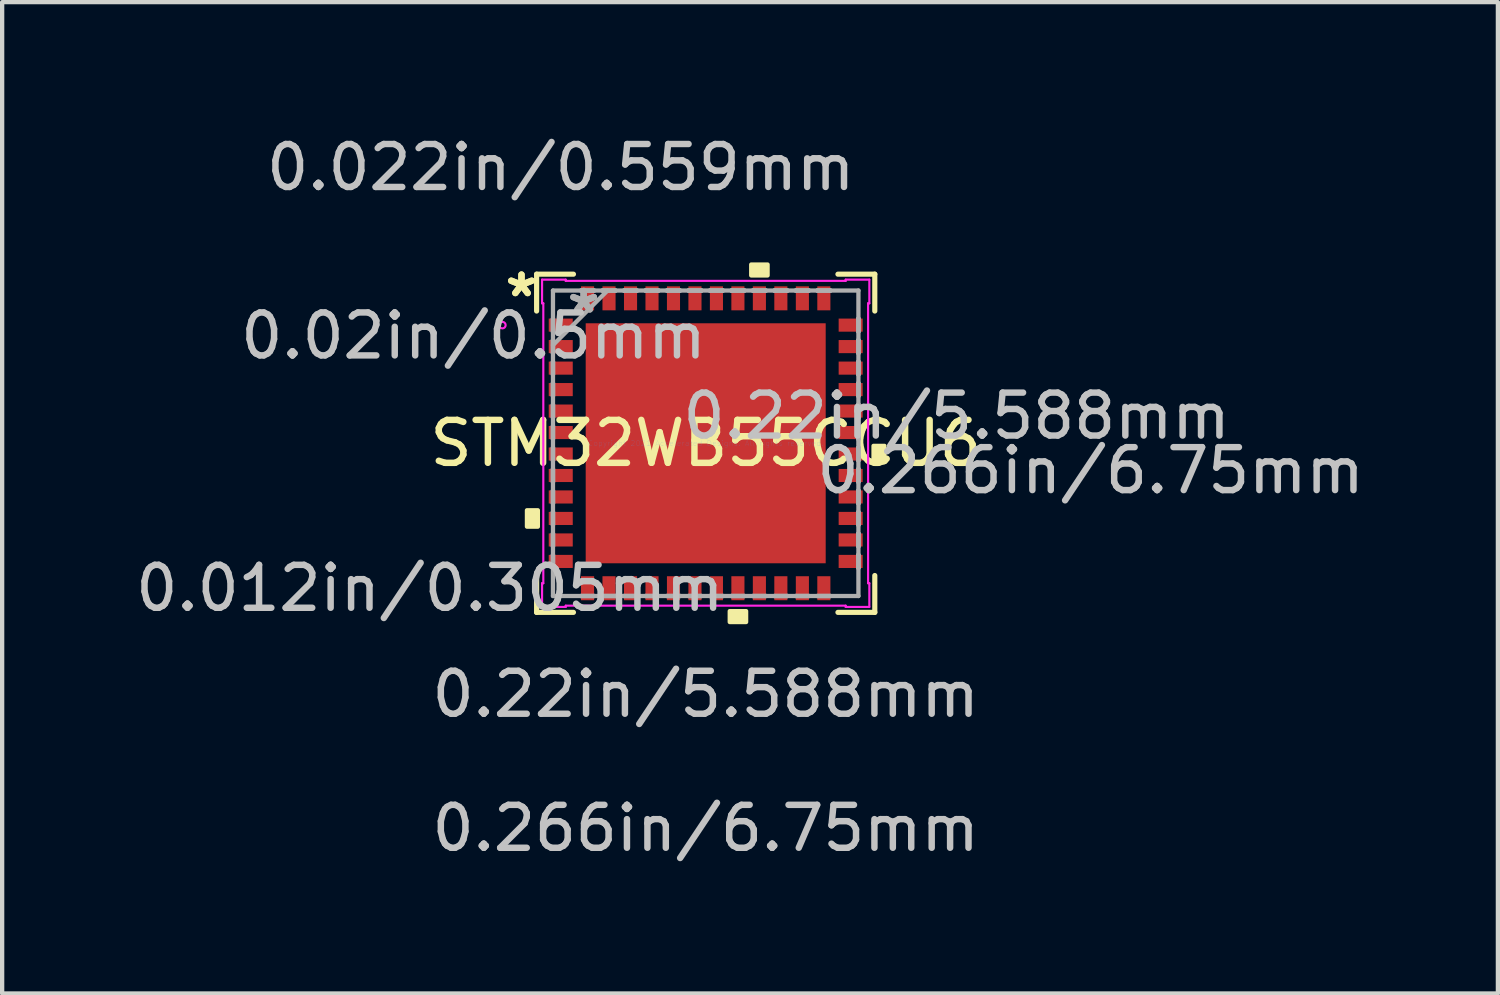
<source format=kicad_pcb>
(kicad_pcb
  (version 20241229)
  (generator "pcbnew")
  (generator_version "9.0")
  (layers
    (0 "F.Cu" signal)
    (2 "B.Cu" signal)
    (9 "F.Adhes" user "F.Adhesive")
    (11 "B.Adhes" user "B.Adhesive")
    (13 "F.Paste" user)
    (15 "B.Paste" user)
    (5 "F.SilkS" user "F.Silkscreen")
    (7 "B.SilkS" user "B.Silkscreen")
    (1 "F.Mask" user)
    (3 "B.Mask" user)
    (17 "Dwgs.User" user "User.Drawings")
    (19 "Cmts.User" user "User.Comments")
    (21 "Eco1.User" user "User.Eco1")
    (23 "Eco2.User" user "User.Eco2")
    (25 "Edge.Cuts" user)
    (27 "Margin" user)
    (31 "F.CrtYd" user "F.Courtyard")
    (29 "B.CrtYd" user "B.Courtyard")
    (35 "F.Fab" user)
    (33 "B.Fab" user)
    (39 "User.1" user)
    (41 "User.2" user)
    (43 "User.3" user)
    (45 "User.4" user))
  (footprint "STM32WB55CCU6"
    (layer "F.Cu")
    (at 13.381 7.271)
    (property "Reference" "STM32WB55CCU6" (at 0 0 0) (layer "F.SilkS") (effects (font (size 1 1) (thickness 0.15))))
    (attr through_hole)
    (fp_poly (pts (xy -3.654 -2.903) (xy -3.654 -2.598) (xy -3.096 -2.598) (xy -3.096 -2.903)) (stroke (width 0.1) (type solid)) (fill yes) (layer "F.Mask"))
    (fp_poly (pts (xy -3.654 -2.403) (xy -3.654 -2.098) (xy -3.096 -2.098) (xy -3.096 -2.403)) (stroke (width 0.1) (type solid)) (fill yes) (layer "F.Mask"))
    (fp_poly (pts (xy -3.654 -1.903) (xy -3.654 -1.598) (xy -3.096 -1.598) (xy -3.096 -1.903)) (stroke (width 0.1) (type solid)) (fill yes) (layer "F.Mask"))
    (fp_poly (pts (xy -3.654 -1.403) (xy -3.654 -1.098) (xy -3.096 -1.098) (xy -3.096 -1.403)) (stroke (width 0.1) (type solid)) (fill yes) (layer "F.Mask"))
    (fp_poly (pts (xy -3.654 -0.903) (xy -3.654 -0.598) (xy -3.096 -0.598) (xy -3.096 -0.903)) (stroke (width 0.1) (type solid)) (fill yes) (layer "F.Mask"))
    (fp_poly (pts (xy -3.654 -0.402) (xy -3.654 -0.098) (xy -3.096 -0.098) (xy -3.096 -0.402)) (stroke (width 0.1) (type solid)) (fill yes) (layer "F.Mask"))
    (fp_poly (pts (xy -3.654 0.098) (xy -3.654 0.402) (xy -3.096 0.402) (xy -3.096 0.098)) (stroke (width 0.1) (type solid)) (fill yes) (layer "F.Mask"))
    (fp_poly (pts (xy -3.654 0.598) (xy -3.654 0.903) (xy -3.096 0.903) (xy -3.096 0.598)) (stroke (width 0.1) (type solid)) (fill yes) (layer "F.Mask"))
    (fp_poly (pts (xy -3.654 1.098) (xy -3.654 1.403) (xy -3.096 1.403) (xy -3.096 1.098)) (stroke (width 0.1) (type solid)) (fill yes) (layer "F.Mask"))
    (fp_poly (pts (xy -3.654 1.598) (xy -3.654 1.903) (xy -3.096 1.903) (xy -3.096 1.598)) (stroke (width 0.1) (type solid)) (fill yes) (layer "F.Mask"))
    (fp_poly (pts (xy -3.654 2.098) (xy -3.654 2.403) (xy -3.096 2.403) (xy -3.096 2.098)) (stroke (width 0.1) (type solid)) (fill yes) (layer "F.Mask"))
    (fp_poly (pts (xy -3.654 2.598) (xy -3.654 2.903) (xy -3.096 2.903) (xy -3.096 2.598)) (stroke (width 0.1) (type solid)) (fill yes) (layer "F.Mask"))
    (fp_poly (pts (xy -2.903 -3.654) (xy -2.903 -3.096) (xy -2.598 -3.096) (xy -2.598 -3.654)) (stroke (width 0.1) (type solid)) (fill yes) (layer "F.Mask"))
    (fp_poly (pts (xy -2.903 3.096) (xy -2.903 3.654) (xy -2.598 3.654) (xy -2.598 3.096)) (stroke (width 0.1) (type solid)) (fill yes) (layer "F.Mask"))
    (fp_poly (pts (xy -2.403 -3.654) (xy -2.403 -3.096) (xy -2.098 -3.096) (xy -2.098 -3.654)) (stroke (width 0.1) (type solid)) (fill yes) (layer "F.Mask"))
    (fp_poly (pts (xy -2.403 3.096) (xy -2.403 3.654) (xy -2.098 3.654) (xy -2.098 3.096)) (stroke (width 0.1) (type solid)) (fill yes) (layer "F.Mask"))
    (fp_poly (pts (xy -1.903 -3.654) (xy -1.903 -3.096) (xy -1.598 -3.096) (xy -1.598 -3.654)) (stroke (width 0.1) (type solid)) (fill yes) (layer "F.Mask"))
    (fp_poly (pts (xy -1.903 3.096) (xy -1.903 3.654) (xy -1.598 3.654) (xy -1.598 3.096)) (stroke (width 0.1) (type solid)) (fill yes) (layer "F.Mask"))
    (fp_poly (pts (xy -1.403 -3.654) (xy -1.403 -3.096) (xy -1.098 -3.096) (xy -1.098 -3.654)) (stroke (width 0.1) (type solid)) (fill yes) (layer "F.Mask"))
    (fp_poly (pts (xy -1.403 3.096) (xy -1.403 3.654) (xy -1.098 3.654) (xy -1.098 3.096)) (stroke (width 0.1) (type solid)) (fill yes) (layer "F.Mask"))
    (fp_poly (pts (xy -0.903 -3.654) (xy -0.903 -3.096) (xy -0.598 -3.096) (xy -0.598 -3.654)) (stroke (width 0.1) (type solid)) (fill yes) (layer "F.Mask"))
    (fp_poly (pts (xy -0.903 3.096) (xy -0.903 3.654) (xy -0.598 3.654) (xy -0.598 3.096)) (stroke (width 0.1) (type solid)) (fill yes) (layer "F.Mask"))
    (fp_poly (pts (xy -0.402 -3.654) (xy -0.402 -3.096) (xy -0.098 -3.096) (xy -0.098 -3.654)) (stroke (width 0.1) (type solid)) (fill yes) (layer "F.Mask"))
    (fp_poly (pts (xy -0.402 3.096) (xy -0.402 3.654) (xy -0.098 3.654) (xy -0.098 3.096)) (stroke (width 0.1) (type solid)) (fill yes) (layer "F.Mask"))
    (fp_poly (pts (xy 0.098 -3.654) (xy 0.098 -3.096) (xy 0.402 -3.096) (xy 0.402 -3.654)) (stroke (width 0.1) (type solid)) (fill yes) (layer "F.Mask"))
    (fp_poly (pts (xy 0.098 3.096) (xy 0.098 3.654) (xy 0.402 3.654) (xy 0.402 3.096)) (stroke (width 0.1) (type solid)) (fill yes) (layer "F.Mask"))
    (fp_poly (pts (xy 0.598 -3.654) (xy 0.598 -3.096) (xy 0.903 -3.096) (xy 0.903 -3.654)) (stroke (width 0.1) (type solid)) (fill yes) (layer "F.Mask"))
    (fp_poly (pts (xy 0.598 3.096) (xy 0.598 3.654) (xy 0.903 3.654) (xy 0.903 3.096)) (stroke (width 0.1) (type solid)) (fill yes) (layer "F.Mask"))
    (fp_poly (pts (xy 1.098 -3.654) (xy 1.098 -3.096) (xy 1.403 -3.096) (xy 1.403 -3.654)) (stroke (width 0.1) (type solid)) (fill yes) (layer "F.Mask"))
    (fp_poly (pts (xy 1.098 3.096) (xy 1.098 3.654) (xy 1.403 3.654) (xy 1.403 3.096)) (stroke (width 0.1) (type solid)) (fill yes) (layer "F.Mask"))
    (fp_poly (pts (xy 1.598 -3.654) (xy 1.598 -3.096) (xy 1.903 -3.096) (xy 1.903 -3.654)) (stroke (width 0.1) (type solid)) (fill yes) (layer "F.Mask"))
    (fp_poly (pts (xy 1.598 3.096) (xy 1.598 3.654) (xy 1.903 3.654) (xy 1.903 3.096)) (stroke (width 0.1) (type solid)) (fill yes) (layer "F.Mask"))
    (fp_poly (pts (xy 2.098 -3.654) (xy 2.098 -3.096) (xy 2.403 -3.096) (xy 2.403 -3.654)) (stroke (width 0.1) (type solid)) (fill yes) (layer "F.Mask"))
    (fp_poly (pts (xy 2.098 3.096) (xy 2.098 3.654) (xy 2.403 3.654) (xy 2.403 3.096)) (stroke (width 0.1) (type solid)) (fill yes) (layer "F.Mask"))
    (fp_poly (pts (xy 2.598 -3.654) (xy 2.598 -3.096) (xy 2.903 -3.096) (xy 2.903 -3.654)) (stroke (width 0.1) (type solid)) (fill yes) (layer "F.Mask"))
    (fp_poly (pts (xy 2.598 3.096) (xy 2.598 3.654) (xy 2.903 3.654) (xy 2.903 3.096)) (stroke (width 0.1) (type solid)) (fill yes) (layer "F.Mask"))
    (fp_poly (pts (xy 3.096 -2.903) (xy 3.096 -2.598) (xy 3.654 -2.598) (xy 3.654 -2.903)) (stroke (width 0.1) (type solid)) (fill yes) (layer "F.Mask"))
    (fp_poly (pts (xy 3.096 -2.403) (xy 3.096 -2.098) (xy 3.654 -2.098) (xy 3.654 -2.403)) (stroke (width 0.1) (type solid)) (fill yes) (layer "F.Mask"))
    (fp_poly (pts (xy 3.096 -1.903) (xy 3.096 -1.598) (xy 3.654 -1.598) (xy 3.654 -1.903)) (stroke (width 0.1) (type solid)) (fill yes) (layer "F.Mask"))
    (fp_poly (pts (xy 3.096 -1.403) (xy 3.096 -1.098) (xy 3.654 -1.098) (xy 3.654 -1.403)) (stroke (width 0.1) (type solid)) (fill yes) (layer "F.Mask"))
    (fp_poly (pts (xy 3.096 -0.903) (xy 3.096 -0.598) (xy 3.654 -0.598) (xy 3.654 -0.903)) (stroke (width 0.1) (type solid)) (fill yes) (layer "F.Mask"))
    (fp_poly (pts (xy 3.096 -0.402) (xy 3.096 -0.098) (xy 3.654 -0.098) (xy 3.654 -0.402)) (stroke (width 0.1) (type solid)) (fill yes) (layer "F.Mask"))
    (fp_poly (pts (xy 3.096 0.098) (xy 3.096 0.402) (xy 3.654 0.402) (xy 3.654 0.098)) (stroke (width 0.1) (type solid)) (fill yes) (layer "F.Mask"))
    (fp_poly (pts (xy 3.096 0.598) (xy 3.096 0.903) (xy 3.654 0.903) (xy 3.654 0.598)) (stroke (width 0.1) (type solid)) (fill yes) (layer "F.Mask"))
    (fp_poly (pts (xy 3.096 1.098) (xy 3.096 1.403) (xy 3.654 1.403) (xy 3.654 1.098)) (stroke (width 0.1) (type solid)) (fill yes) (layer "F.Mask"))
    (fp_poly (pts (xy 3.096 1.598) (xy 3.096 1.903) (xy 3.654 1.903) (xy 3.654 1.598)) (stroke (width 0.1) (type solid)) (fill yes) (layer "F.Mask"))
    (fp_poly (pts (xy 3.096 2.098) (xy 3.096 2.403) (xy 3.654 2.403) (xy 3.654 2.098)) (stroke (width 0.1) (type solid)) (fill yes) (layer "F.Mask"))
    (fp_poly (pts (xy 3.096 2.598) (xy 3.096 2.903) (xy 3.654 2.903) (xy 3.654 2.598)) (stroke (width 0.1) (type solid)) (fill yes) (layer "F.Mask"))
    (fp_line (start -3.937 -3.937) (end -3.937 -3.079) (stroke (width 0.12) (type solid)) (layer "F.SilkS"))
    (fp_line (start -3.937 3.079) (end -3.937 3.937) (stroke (width 0.12) (type solid)) (layer "F.SilkS"))
    (fp_line (start -3.937 3.937) (end -3.079 3.937) (stroke (width 0.12) (type solid)) (layer "F.SilkS"))
    (fp_line (start -3.079 -3.937) (end -3.937 -3.937) (stroke (width 0.12) (type solid)) (layer "F.SilkS"))
    (fp_line (start 3.079 3.937) (end 3.937 3.937) (stroke (width 0.12) (type solid)) (layer "F.SilkS"))
    (fp_line (start 3.937 -3.937) (end 3.079 -3.937) (stroke (width 0.12) (type solid)) (layer "F.SilkS"))
    (fp_line (start 3.937 -3.079) (end 3.937 -3.937) (stroke (width 0.12) (type solid)) (layer "F.SilkS"))
    (fp_line (start 3.937 3.937) (end 3.937 3.079) (stroke (width 0.12) (type solid)) (layer "F.SilkS"))
    (fp_poly (pts (xy -4.162 1.56) (xy -4.162 1.941) (xy -3.908 1.941) (xy -3.908 1.56)) (stroke (width 0.1) (type solid)) (fill yes) (layer "F.SilkS"))
    (fp_poly (pts (xy 0.56 3.908) (xy 0.56 4.162) (xy 0.941 4.162) (xy 0.941 3.908)) (stroke (width 0.1) (type solid)) (fill yes) (layer "F.SilkS"))
    (fp_poly (pts (xy 1.06 -3.908) (xy 1.06 -4.162) (xy 1.441 -4.162) (xy 1.441 -3.908)) (stroke (width 0.1) (type solid)) (fill yes) (layer "F.SilkS"))
    (fp_poly (pts (xy 4.162 0.06) (xy 4.162 0.441) (xy 3.908 0.441) (xy 3.908 0.06)) (stroke (width 0.1) (type solid)) (fill yes) (layer "F.SilkS"))
    (fp_poly (pts (xy -3.654 -2.903) (xy -3.654 -2.598) (xy -3.096 -2.598) (xy -3.096 -2.903)) (stroke (width 0.1) (type solid)) (fill yes) (layer "F.Paste"))
    (fp_poly (pts (xy -3.654 -2.403) (xy -3.654 -2.098) (xy -3.096 -2.098) (xy -3.096 -2.403)) (stroke (width 0.1) (type solid)) (fill yes) (layer "F.Paste"))
    (fp_poly (pts (xy -3.654 -1.903) (xy -3.654 -1.598) (xy -3.096 -1.598) (xy -3.096 -1.903)) (stroke (width 0.1) (type solid)) (fill yes) (layer "F.Paste"))
    (fp_poly (pts (xy -3.654 -1.403) (xy -3.654 -1.098) (xy -3.096 -1.098) (xy -3.096 -1.403)) (stroke (width 0.1) (type solid)) (fill yes) (layer "F.Paste"))
    (fp_poly (pts (xy -3.654 -0.903) (xy -3.654 -0.598) (xy -3.096 -0.598) (xy -3.096 -0.903)) (stroke (width 0.1) (type solid)) (fill yes) (layer "F.Paste"))
    (fp_poly (pts (xy -3.654 -0.402) (xy -3.654 -0.098) (xy -3.096 -0.098) (xy -3.096 -0.402)) (stroke (width 0.1) (type solid)) (fill yes) (layer "F.Paste"))
    (fp_poly (pts (xy -3.654 0.098) (xy -3.654 0.402) (xy -3.096 0.402) (xy -3.096 0.098)) (stroke (width 0.1) (type solid)) (fill yes) (layer "F.Paste"))
    (fp_poly (pts (xy -3.654 0.598) (xy -3.654 0.903) (xy -3.096 0.903) (xy -3.096 0.598)) (stroke (width 0.1) (type solid)) (fill yes) (layer "F.Paste"))
    (fp_poly (pts (xy -3.654 1.098) (xy -3.654 1.403) (xy -3.096 1.403) (xy -3.096 1.098)) (stroke (width 0.1) (type solid)) (fill yes) (layer "F.Paste"))
    (fp_poly (pts (xy -3.654 1.598) (xy -3.654 1.903) (xy -3.096 1.903) (xy -3.096 1.598)) (stroke (width 0.1) (type solid)) (fill yes) (layer "F.Paste"))
    (fp_poly (pts (xy -3.654 2.098) (xy -3.654 2.403) (xy -3.096 2.403) (xy -3.096 2.098)) (stroke (width 0.1) (type solid)) (fill yes) (layer "F.Paste"))
    (fp_poly (pts (xy -3.654 2.598) (xy -3.654 2.903) (xy -3.096 2.903) (xy -3.096 2.598)) (stroke (width 0.1) (type solid)) (fill yes) (layer "F.Paste"))
    (fp_poly (pts (xy -2.903 -3.654) (xy -2.903 -3.096) (xy -2.598 -3.096) (xy -2.598 -3.654)) (stroke (width 0.1) (type solid)) (fill yes) (layer "F.Paste"))
    (fp_poly (pts (xy -2.903 3.096) (xy -2.903 3.654) (xy -2.598 3.654) (xy -2.598 3.096)) (stroke (width 0.1) (type solid)) (fill yes) (layer "F.Paste"))
    (fp_poly (pts (xy -2.694 -2.694) (xy -2.694 -1.497) (xy -1.497 -1.497) (xy -1.497 -2.694)) (stroke (width 0.1) (type solid)) (fill yes) (layer "F.Paste"))
    (fp_poly (pts (xy -2.694 -1.297) (xy -2.694 -0.1) (xy -1.497 -0.1) (xy -1.497 -1.297)) (stroke (width 0.1) (type solid)) (fill yes) (layer "F.Paste"))
    (fp_poly (pts (xy -2.694 0.1) (xy -2.694 1.297) (xy -1.497 1.297) (xy -1.497 0.1)) (stroke (width 0.1) (type solid)) (fill yes) (layer "F.Paste"))
    (fp_poly (pts (xy -2.694 1.497) (xy -2.694 2.694) (xy -1.497 2.694) (xy -1.497 1.497)) (stroke (width 0.1) (type solid)) (fill yes) (layer "F.Paste"))
    (fp_poly (pts (xy -2.403 -3.654) (xy -2.403 -3.096) (xy -2.098 -3.096) (xy -2.098 -3.654)) (stroke (width 0.1) (type solid)) (fill yes) (layer "F.Paste"))
    (fp_poly (pts (xy -2.403 3.096) (xy -2.403 3.654) (xy -2.098 3.654) (xy -2.098 3.096)) (stroke (width 0.1) (type solid)) (fill yes) (layer "F.Paste"))
    (fp_poly (pts (xy -1.903 -3.654) (xy -1.903 -3.096) (xy -1.598 -3.096) (xy -1.598 -3.654)) (stroke (width 0.1) (type solid)) (fill yes) (layer "F.Paste"))
    (fp_poly (pts (xy -1.903 3.096) (xy -1.903 3.654) (xy -1.598 3.654) (xy -1.598 3.096)) (stroke (width 0.1) (type solid)) (fill yes) (layer "F.Paste"))
    (fp_poly (pts (xy -1.403 -3.654) (xy -1.403 -3.096) (xy -1.098 -3.096) (xy -1.098 -3.654)) (stroke (width 0.1) (type solid)) (fill yes) (layer "F.Paste"))
    (fp_poly (pts (xy -1.403 3.096) (xy -1.403 3.654) (xy -1.098 3.654) (xy -1.098 3.096)) (stroke (width 0.1) (type solid)) (fill yes) (layer "F.Paste"))
    (fp_poly (pts (xy -1.297 -2.694) (xy -1.297 -1.497) (xy -0.1 -1.497) (xy -0.1 -2.694)) (stroke (width 0.1) (type solid)) (fill yes) (layer "F.Paste"))
    (fp_poly (pts (xy -1.297 -1.297) (xy -1.297 -0.1) (xy -0.1 -0.1) (xy -0.1 -1.297)) (stroke (width 0.1) (type solid)) (fill yes) (layer "F.Paste"))
    (fp_poly (pts (xy -1.297 0.1) (xy -1.297 1.297) (xy -0.1 1.297) (xy -0.1 0.1)) (stroke (width 0.1) (type solid)) (fill yes) (layer "F.Paste"))
    (fp_poly (pts (xy -1.297 1.497) (xy -1.297 2.694) (xy -0.1 2.694) (xy -0.1 1.497)) (stroke (width 0.1) (type solid)) (fill yes) (layer "F.Paste"))
    (fp_poly (pts (xy -0.903 -3.654) (xy -0.903 -3.096) (xy -0.598 -3.096) (xy -0.598 -3.654)) (stroke (width 0.1) (type solid)) (fill yes) (layer "F.Paste"))
    (fp_poly (pts (xy -0.903 3.096) (xy -0.903 3.654) (xy -0.598 3.654) (xy -0.598 3.096)) (stroke (width 0.1) (type solid)) (fill yes) (layer "F.Paste"))
    (fp_poly (pts (xy -0.402 -3.654) (xy -0.402 -3.096) (xy -0.098 -3.096) (xy -0.098 -3.654)) (stroke (width 0.1) (type solid)) (fill yes) (layer "F.Paste"))
    (fp_poly (pts (xy -0.402 3.096) (xy -0.402 3.654) (xy -0.098 3.654) (xy -0.098 3.096)) (stroke (width 0.1) (type solid)) (fill yes) (layer "F.Paste"))
    (fp_poly (pts (xy 0.098 -3.654) (xy 0.098 -3.096) (xy 0.402 -3.096) (xy 0.402 -3.654)) (stroke (width 0.1) (type solid)) (fill yes) (layer "F.Paste"))
    (fp_poly (pts (xy 0.098 3.096) (xy 0.098 3.654) (xy 0.402 3.654) (xy 0.402 3.096)) (stroke (width 0.1) (type solid)) (fill yes) (layer "F.Paste"))
    (fp_poly (pts (xy 0.1 -2.694) (xy 0.1 -1.497) (xy 1.297 -1.497) (xy 1.297 -2.694)) (stroke (width 0.1) (type solid)) (fill yes) (layer "F.Paste"))
    (fp_poly (pts (xy 0.1 -1.297) (xy 0.1 -0.1) (xy 1.297 -0.1) (xy 1.297 -1.297)) (stroke (width 0.1) (type solid)) (fill yes) (layer "F.Paste"))
    (fp_poly (pts (xy 0.1 0.1) (xy 0.1 1.297) (xy 1.297 1.297) (xy 1.297 0.1)) (stroke (width 0.1) (type solid)) (fill yes) (layer "F.Paste"))
    (fp_poly (pts (xy 0.1 1.497) (xy 0.1 2.694) (xy 1.297 2.694) (xy 1.297 1.497)) (stroke (width 0.1) (type solid)) (fill yes) (layer "F.Paste"))
    (fp_poly (pts (xy 0.598 -3.654) (xy 0.598 -3.096) (xy 0.903 -3.096) (xy 0.903 -3.654)) (stroke (width 0.1) (type solid)) (fill yes) (layer "F.Paste"))
    (fp_poly (pts (xy 0.598 3.096) (xy 0.598 3.654) (xy 0.903 3.654) (xy 0.903 3.096)) (stroke (width 0.1) (type solid)) (fill yes) (layer "F.Paste"))
    (fp_poly (pts (xy 1.098 -3.654) (xy 1.098 -3.096) (xy 1.403 -3.096) (xy 1.403 -3.654)) (stroke (width 0.1) (type solid)) (fill yes) (layer "F.Paste"))
    (fp_poly (pts (xy 1.098 3.096) (xy 1.098 3.654) (xy 1.403 3.654) (xy 1.403 3.096)) (stroke (width 0.1) (type solid)) (fill yes) (layer "F.Paste"))
    (fp_poly (pts (xy 1.497 -2.694) (xy 1.497 -1.497) (xy 2.694 -1.497) (xy 2.694 -2.694)) (stroke (width 0.1) (type solid)) (fill yes) (layer "F.Paste"))
    (fp_poly (pts (xy 1.497 -1.297) (xy 1.497 -0.1) (xy 2.694 -0.1) (xy 2.694 -1.297)) (stroke (width 0.1) (type solid)) (fill yes) (layer "F.Paste"))
    (fp_poly (pts (xy 1.497 0.1) (xy 1.497 1.297) (xy 2.694 1.297) (xy 2.694 0.1)) (stroke (width 0.1) (type solid)) (fill yes) (layer "F.Paste"))
    (fp_poly (pts (xy 1.497 1.497) (xy 1.497 2.694) (xy 2.694 2.694) (xy 2.694 1.497)) (stroke (width 0.1) (type solid)) (fill yes) (layer "F.Paste"))
    (fp_poly (pts (xy 1.598 -3.654) (xy 1.598 -3.096) (xy 1.903 -3.096) (xy 1.903 -3.654)) (stroke (width 0.1) (type solid)) (fill yes) (layer "F.Paste"))
    (fp_poly (pts (xy 1.598 3.096) (xy 1.598 3.654) (xy 1.903 3.654) (xy 1.903 3.096)) (stroke (width 0.1) (type solid)) (fill yes) (layer "F.Paste"))
    (fp_poly (pts (xy 2.098 -3.654) (xy 2.098 -3.096) (xy 2.403 -3.096) (xy 2.403 -3.654)) (stroke (width 0.1) (type solid)) (fill yes) (layer "F.Paste"))
    (fp_poly (pts (xy 2.098 3.096) (xy 2.098 3.654) (xy 2.403 3.654) (xy 2.403 3.096)) (stroke (width 0.1) (type solid)) (fill yes) (layer "F.Paste"))
    (fp_poly (pts (xy 2.598 -3.654) (xy 2.598 -3.096) (xy 2.903 -3.096) (xy 2.903 -3.654)) (stroke (width 0.1) (type solid)) (fill yes) (layer "F.Paste"))
    (fp_poly (pts (xy 2.598 3.096) (xy 2.598 3.654) (xy 2.903 3.654) (xy 2.903 3.096)) (stroke (width 0.1) (type solid)) (fill yes) (layer "F.Paste"))
    (fp_poly (pts (xy 3.096 -2.903) (xy 3.096 -2.598) (xy 3.654 -2.598) (xy 3.654 -2.903)) (stroke (width 0.1) (type solid)) (fill yes) (layer "F.Paste"))
    (fp_poly (pts (xy 3.096 -2.403) (xy 3.096 -2.098) (xy 3.654 -2.098) (xy 3.654 -2.403)) (stroke (width 0.1) (type solid)) (fill yes) (layer "F.Paste"))
    (fp_poly (pts (xy 3.096 -1.903) (xy 3.096 -1.598) (xy 3.654 -1.598) (xy 3.654 -1.903)) (stroke (width 0.1) (type solid)) (fill yes) (layer "F.Paste"))
    (fp_poly (pts (xy 3.096 -1.403) (xy 3.096 -1.098) (xy 3.654 -1.098) (xy 3.654 -1.403)) (stroke (width 0.1) (type solid)) (fill yes) (layer "F.Paste"))
    (fp_poly (pts (xy 3.096 -0.903) (xy 3.096 -0.598) (xy 3.654 -0.598) (xy 3.654 -0.903)) (stroke (width 0.1) (type solid)) (fill yes) (layer "F.Paste"))
    (fp_poly (pts (xy 3.096 -0.402) (xy 3.096 -0.098) (xy 3.654 -0.098) (xy 3.654 -0.402)) (stroke (width 0.1) (type solid)) (fill yes) (layer "F.Paste"))
    (fp_poly (pts (xy 3.096 0.098) (xy 3.096 0.402) (xy 3.654 0.402) (xy 3.654 0.098)) (stroke (width 0.1) (type solid)) (fill yes) (layer "F.Paste"))
    (fp_poly (pts (xy 3.096 0.598) (xy 3.096 0.903) (xy 3.654 0.903) (xy 3.654 0.598)) (stroke (width 0.1) (type solid)) (fill yes) (layer "F.Paste"))
    (fp_poly (pts (xy 3.096 1.098) (xy 3.096 1.403) (xy 3.654 1.403) (xy 3.654 1.098)) (stroke (width 0.1) (type solid)) (fill yes) (layer "F.Paste"))
    (fp_poly (pts (xy 3.096 1.598) (xy 3.096 1.903) (xy 3.654 1.903) (xy 3.654 1.598)) (stroke (width 0.1) (type solid)) (fill yes) (layer "F.Paste"))
    (fp_poly (pts (xy 3.096 2.098) (xy 3.096 2.403) (xy 3.654 2.403) (xy 3.654 2.098)) (stroke (width 0.1) (type solid)) (fill yes) (layer "F.Paste"))
    (fp_poly (pts (xy 3.096 2.598) (xy 3.096 2.903) (xy 3.654 2.903) (xy 3.654 2.598)) (stroke (width 0.1) (type solid)) (fill yes) (layer "F.Paste"))
    (fp_line (start -3.81 -3.81) (end -3.259 -3.81) (stroke (width 0.05) (type solid)) (layer "F.CrtYd"))
    (fp_line (start -3.81 -3.259) (end -3.81 -3.81) (stroke (width 0.05) (type solid)) (layer "F.CrtYd"))
    (fp_line (start -3.81 3.259) (end -3.781 3.259) (stroke (width 0.05) (type solid)) (layer "F.CrtYd"))
    (fp_line (start -3.81 3.81) (end -3.81 3.259) (stroke (width 0.05) (type solid)) (layer "F.CrtYd"))
    (fp_line (start -3.781 -3.259) (end -3.81 -3.259) (stroke (width 0.05) (type solid)) (layer "F.CrtYd"))
    (fp_line (start -3.781 3.259) (end -3.781 -3.259) (stroke (width 0.05) (type solid)) (layer "F.CrtYd"))
    (fp_line (start -3.259 -3.81) (end -3.259 -3.781) (stroke (width 0.05) (type solid)) (layer "F.CrtYd"))
    (fp_line (start -3.259 -3.781) (end 3.259 -3.781) (stroke (width 0.05) (type solid)) (layer "F.CrtYd"))
    (fp_line (start -3.259 3.781) (end -3.259 3.81) (stroke (width 0.05) (type solid)) (layer "F.CrtYd"))
    (fp_line (start -3.259 3.81) (end -3.81 3.81) (stroke (width 0.05) (type solid)) (layer "F.CrtYd"))
    (fp_line (start 3.259 -3.81) (end 3.81 -3.81) (stroke (width 0.05) (type solid)) (layer "F.CrtYd"))
    (fp_line (start 3.259 -3.781) (end 3.259 -3.81) (stroke (width 0.05) (type solid)) (layer "F.CrtYd"))
    (fp_line (start 3.259 3.781) (end -3.259 3.781) (stroke (width 0.05) (type solid)) (layer "F.CrtYd"))
    (fp_line (start 3.259 3.81) (end 3.259 3.781) (stroke (width 0.05) (type solid)) (layer "F.CrtYd"))
    (fp_line (start 3.781 -3.259) (end 3.781 3.259) (stroke (width 0.05) (type solid)) (layer "F.CrtYd"))
    (fp_line (start 3.781 3.259) (end 3.81 3.259) (stroke (width 0.05) (type solid)) (layer "F.CrtYd"))
    (fp_line (start 3.81 -3.81) (end 3.81 -3.259) (stroke (width 0.05) (type solid)) (layer "F.CrtYd"))
    (fp_line (start 3.81 -3.259) (end 3.781 -3.259) (stroke (width 0.05) (type solid)) (layer "F.CrtYd"))
    (fp_line (start 3.81 3.259) (end 3.81 3.81) (stroke (width 0.05) (type solid)) (layer "F.CrtYd"))
    (fp_line (start 3.81 3.81) (end 3.259 3.81) (stroke (width 0.05) (type solid)) (layer "F.CrtYd"))
    (fp_circle (center -4.734 -2.751) (end -4.658 -2.751) (stroke (width 0.05) (type solid)) (fill no) (layer "F.CrtYd"))
    (fp_line (start -3.556 -3.556) (end -3.556 3.556) (stroke (width 0.1) (type solid)) (layer "F.Fab"))
    (fp_line (start -3.556 -2.903) (end -3.556 -2.903) (stroke (width 0.1) (type solid)) (layer "F.Fab"))
    (fp_line (start -3.556 -2.903) (end -3.556 -2.598) (stroke (width 0.1) (type solid)) (layer "F.Fab"))
    (fp_line (start -3.556 -2.598) (end -3.556 -2.903) (stroke (width 0.1) (type solid)) (layer "F.Fab"))
    (fp_line (start -3.556 -2.598) (end -3.556 -2.598) (stroke (width 0.1) (type solid)) (layer "F.Fab"))
    (fp_line (start -3.556 -2.403) (end -3.556 -2.403) (stroke (width 0.1) (type solid)) (layer "F.Fab"))
    (fp_line (start -3.556 -2.403) (end -3.556 -2.098) (stroke (width 0.1) (type solid)) (layer "F.Fab"))
    (fp_line (start -3.556 -2.286) (end -2.286 -3.556) (stroke (width 0.1) (type solid)) (layer "F.Fab"))
    (fp_line (start -3.556 -2.098) (end -3.556 -2.403) (stroke (width 0.1) (type solid)) (layer "F.Fab"))
    (fp_line (start -3.556 -2.098) (end -3.556 -2.098) (stroke (width 0.1) (type solid)) (layer "F.Fab"))
    (fp_line (start -3.556 -1.903) (end -3.556 -1.903) (stroke (width 0.1) (type solid)) (layer "F.Fab"))
    (fp_line (start -3.556 -1.903) (end -3.556 -1.598) (stroke (width 0.1) (type solid)) (layer "F.Fab"))
    (fp_line (start -3.556 -1.598) (end -3.556 -1.903) (stroke (width 0.1) (type solid)) (layer "F.Fab"))
    (fp_line (start -3.556 -1.598) (end -3.556 -1.598) (stroke (width 0.1) (type solid)) (layer "F.Fab"))
    (fp_line (start -3.556 -1.403) (end -3.556 -1.403) (stroke (width 0.1) (type solid)) (layer "F.Fab"))
    (fp_line (start -3.556 -1.403) (end -3.556 -1.098) (stroke (width 0.1) (type solid)) (layer "F.Fab"))
    (fp_line (start -3.556 -1.098) (end -3.556 -1.403) (stroke (width 0.1) (type solid)) (layer "F.Fab"))
    (fp_line (start -3.556 -1.098) (end -3.556 -1.098) (stroke (width 0.1) (type solid)) (layer "F.Fab"))
    (fp_line (start -3.556 -0.903) (end -3.556 -0.903) (stroke (width 0.1) (type solid)) (layer "F.Fab"))
    (fp_line (start -3.556 -0.903) (end -3.556 -0.598) (stroke (width 0.1) (type solid)) (layer "F.Fab"))
    (fp_line (start -3.556 -0.598) (end -3.556 -0.903) (stroke (width 0.1) (type solid)) (layer "F.Fab"))
    (fp_line (start -3.556 -0.598) (end -3.556 -0.598) (stroke (width 0.1) (type solid)) (layer "F.Fab"))
    (fp_line (start -3.556 -0.402) (end -3.556 -0.402) (stroke (width 0.1) (type solid)) (layer "F.Fab"))
    (fp_line (start -3.556 -0.402) (end -3.556 -0.098) (stroke (width 0.1) (type solid)) (layer "F.Fab"))
    (fp_line (start -3.556 -0.098) (end -3.556 -0.402) (stroke (width 0.1) (type solid)) (layer "F.Fab"))
    (fp_line (start -3.556 -0.098) (end -3.556 -0.098) (stroke (width 0.1) (type solid)) (layer "F.Fab"))
    (fp_line (start -3.556 0.098) (end -3.556 0.098) (stroke (width 0.1) (type solid)) (layer "F.Fab"))
    (fp_line (start -3.556 0.098) (end -3.556 0.402) (stroke (width 0.1) (type solid)) (layer "F.Fab"))
    (fp_line (start -3.556 0.402) (end -3.556 0.098) (stroke (width 0.1) (type solid)) (layer "F.Fab"))
    (fp_line (start -3.556 0.402) (end -3.556 0.402) (stroke (width 0.1) (type solid)) (layer "F.Fab"))
    (fp_line (start -3.556 0.598) (end -3.556 0.598) (stroke (width 0.1) (type solid)) (layer "F.Fab"))
    (fp_line (start -3.556 0.598) (end -3.556 0.903) (stroke (width 0.1) (type solid)) (layer "F.Fab"))
    (fp_line (start -3.556 0.903) (end -3.556 0.598) (stroke (width 0.1) (type solid)) (layer "F.Fab"))
    (fp_line (start -3.556 0.903) (end -3.556 0.903) (stroke (width 0.1) (type solid)) (layer "F.Fab"))
    (fp_line (start -3.556 1.098) (end -3.556 1.098) (stroke (width 0.1) (type solid)) (layer "F.Fab"))
    (fp_line (start -3.556 1.098) (end -3.556 1.403) (stroke (width 0.1) (type solid)) (layer "F.Fab"))
    (fp_line (start -3.556 1.403) (end -3.556 1.098) (stroke (width 0.1) (type solid)) (layer "F.Fab"))
    (fp_line (start -3.556 1.403) (end -3.556 1.403) (stroke (width 0.1) (type solid)) (layer "F.Fab"))
    (fp_line (start -3.556 1.598) (end -3.556 1.598) (stroke (width 0.1) (type solid)) (layer "F.Fab"))
    (fp_line (start -3.556 1.598) (end -3.556 1.903) (stroke (width 0.1) (type solid)) (layer "F.Fab"))
    (fp_line (start -3.556 1.903) (end -3.556 1.598) (stroke (width 0.1) (type solid)) (layer "F.Fab"))
    (fp_line (start -3.556 1.903) (end -3.556 1.903) (stroke (width 0.1) (type solid)) (layer "F.Fab"))
    (fp_line (start -3.556 2.098) (end -3.556 2.098) (stroke (width 0.1) (type solid)) (layer "F.Fab"))
    (fp_line (start -3.556 2.098) (end -3.556 2.403) (stroke (width 0.1) (type solid)) (layer "F.Fab"))
    (fp_line (start -3.556 2.403) (end -3.556 2.098) (stroke (width 0.1) (type solid)) (layer "F.Fab"))
    (fp_line (start -3.556 2.403) (end -3.556 2.403) (stroke (width 0.1) (type solid)) (layer "F.Fab"))
    (fp_line (start -3.556 2.598) (end -3.556 2.598) (stroke (width 0.1) (type solid)) (layer "F.Fab"))
    (fp_line (start -3.556 2.598) (end -3.556 2.903) (stroke (width 0.1) (type solid)) (layer "F.Fab"))
    (fp_line (start -3.556 2.903) (end -3.556 2.598) (stroke (width 0.1) (type solid)) (layer "F.Fab"))
    (fp_line (start -3.556 2.903) (end -3.556 2.903) (stroke (width 0.1) (type solid)) (layer "F.Fab"))
    (fp_line (start -3.556 3.556) (end 3.556 3.556) (stroke (width 0.1) (type solid)) (layer "F.Fab"))
    (fp_line (start -2.903 -3.556) (end -2.903 -3.556) (stroke (width 0.1) (type solid)) (layer "F.Fab"))
    (fp_line (start -2.903 -3.556) (end -2.598 -3.556) (stroke (width 0.1) (type solid)) (layer "F.Fab"))
    (fp_line (start -2.903 3.556) (end -2.903 3.556) (stroke (width 0.1) (type solid)) (layer "F.Fab"))
    (fp_line (start -2.903 3.556) (end -2.598 3.556) (stroke (width 0.1) (type solid)) (layer "F.Fab"))
    (fp_line (start -2.598 -3.556) (end -2.903 -3.556) (stroke (width 0.1) (type solid)) (layer "F.Fab"))
    (fp_line (start -2.598 -3.556) (end -2.598 -3.556) (stroke (width 0.1) (type solid)) (layer "F.Fab"))
    (fp_line (start -2.598 3.556) (end -2.903 3.556) (stroke (width 0.1) (type solid)) (layer "F.Fab"))
    (fp_line (start -2.598 3.556) (end -2.598 3.556) (stroke (width 0.1) (type solid)) (layer "F.Fab"))
    (fp_line (start -2.403 -3.556) (end -2.403 -3.556) (stroke (width 0.1) (type solid)) (layer "F.Fab"))
    (fp_line (start -2.403 -3.556) (end -2.098 -3.556) (stroke (width 0.1) (type solid)) (layer "F.Fab"))
    (fp_line (start -2.403 3.556) (end -2.403 3.556) (stroke (width 0.1) (type solid)) (layer "F.Fab"))
    (fp_line (start -2.403 3.556) (end -2.098 3.556) (stroke (width 0.1) (type solid)) (layer "F.Fab"))
    (fp_line (start -2.098 -3.556) (end -2.403 -3.556) (stroke (width 0.1) (type solid)) (layer "F.Fab"))
    (fp_line (start -2.098 -3.556) (end -2.098 -3.556) (stroke (width 0.1) (type solid)) (layer "F.Fab"))
    (fp_line (start -2.098 3.556) (end -2.403 3.556) (stroke (width 0.1) (type solid)) (layer "F.Fab"))
    (fp_line (start -2.098 3.556) (end -2.098 3.556) (stroke (width 0.1) (type solid)) (layer "F.Fab"))
    (fp_line (start -1.903 -3.556) (end -1.903 -3.556) (stroke (width 0.1) (type solid)) (layer "F.Fab"))
    (fp_line (start -1.903 -3.556) (end -1.598 -3.556) (stroke (width 0.1) (type solid)) (layer "F.Fab"))
    (fp_line (start -1.903 3.556) (end -1.903 3.556) (stroke (width 0.1) (type solid)) (layer "F.Fab"))
    (fp_line (start -1.903 3.556) (end -1.598 3.556) (stroke (width 0.1) (type solid)) (layer "F.Fab"))
    (fp_line (start -1.598 -3.556) (end -1.903 -3.556) (stroke (width 0.1) (type solid)) (layer "F.Fab"))
    (fp_line (start -1.598 -3.556) (end -1.598 -3.556) (stroke (width 0.1) (type solid)) (layer "F.Fab"))
    (fp_line (start -1.598 3.556) (end -1.903 3.556) (stroke (width 0.1) (type solid)) (layer "F.Fab"))
    (fp_line (start -1.598 3.556) (end -1.598 3.556) (stroke (width 0.1) (type solid)) (layer "F.Fab"))
    (fp_line (start -1.403 -3.556) (end -1.403 -3.556) (stroke (width 0.1) (type solid)) (layer "F.Fab"))
    (fp_line (start -1.403 -3.556) (end -1.098 -3.556) (stroke (width 0.1) (type solid)) (layer "F.Fab"))
    (fp_line (start -1.403 3.556) (end -1.403 3.556) (stroke (width 0.1) (type solid)) (layer "F.Fab"))
    (fp_line (start -1.403 3.556) (end -1.098 3.556) (stroke (width 0.1) (type solid)) (layer "F.Fab"))
    (fp_line (start -1.098 -3.556) (end -1.403 -3.556) (stroke (width 0.1) (type solid)) (layer "F.Fab"))
    (fp_line (start -1.098 -3.556) (end -1.098 -3.556) (stroke (width 0.1) (type solid)) (layer "F.Fab"))
    (fp_line (start -1.098 3.556) (end -1.403 3.556) (stroke (width 0.1) (type solid)) (layer "F.Fab"))
    (fp_line (start -1.098 3.556) (end -1.098 3.556) (stroke (width 0.1) (type solid)) (layer "F.Fab"))
    (fp_line (start -0.903 -3.556) (end -0.903 -3.556) (stroke (width 0.1) (type solid)) (layer "F.Fab"))
    (fp_line (start -0.903 -3.556) (end -0.598 -3.556) (stroke (width 0.1) (type solid)) (layer "F.Fab"))
    (fp_line (start -0.903 3.556) (end -0.903 3.556) (stroke (width 0.1) (type solid)) (layer "F.Fab"))
    (fp_line (start -0.903 3.556) (end -0.598 3.556) (stroke (width 0.1) (type solid)) (layer "F.Fab"))
    (fp_line (start -0.598 -3.556) (end -0.903 -3.556) (stroke (width 0.1) (type solid)) (layer "F.Fab"))
    (fp_line (start -0.598 -3.556) (end -0.598 -3.556) (stroke (width 0.1) (type solid)) (layer "F.Fab"))
    (fp_line (start -0.598 3.556) (end -0.903 3.556) (stroke (width 0.1) (type solid)) (layer "F.Fab"))
    (fp_line (start -0.598 3.556) (end -0.598 3.556) (stroke (width 0.1) (type solid)) (layer "F.Fab"))
    (fp_line (start -0.402 -3.556) (end -0.402 -3.556) (stroke (width 0.1) (type solid)) (layer "F.Fab"))
    (fp_line (start -0.402 -3.556) (end -0.098 -3.556) (stroke (width 0.1) (type solid)) (layer "F.Fab"))
    (fp_line (start -0.402 3.556) (end -0.402 3.556) (stroke (width 0.1) (type solid)) (layer "F.Fab"))
    (fp_line (start -0.402 3.556) (end -0.098 3.556) (stroke (width 0.1) (type solid)) (layer "F.Fab"))
    (fp_line (start -0.098 -3.556) (end -0.402 -3.556) (stroke (width 0.1) (type solid)) (layer "F.Fab"))
    (fp_line (start -0.098 -3.556) (end -0.098 -3.556) (stroke (width 0.1) (type solid)) (layer "F.Fab"))
    (fp_line (start -0.098 3.556) (end -0.402 3.556) (stroke (width 0.1) (type solid)) (layer "F.Fab"))
    (fp_line (start -0.098 3.556) (end -0.098 3.556) (stroke (width 0.1) (type solid)) (layer "F.Fab"))
    (fp_line (start 0.098 -3.556) (end 0.098 -3.556) (stroke (width 0.1) (type solid)) (layer "F.Fab"))
    (fp_line (start 0.098 -3.556) (end 0.402 -3.556) (stroke (width 0.1) (type solid)) (layer "F.Fab"))
    (fp_line (start 0.098 3.556) (end 0.098 3.556) (stroke (width 0.1) (type solid)) (layer "F.Fab"))
    (fp_line (start 0.098 3.556) (end 0.402 3.556) (stroke (width 0.1) (type solid)) (layer "F.Fab"))
    (fp_line (start 0.402 -3.556) (end 0.098 -3.556) (stroke (width 0.1) (type solid)) (layer "F.Fab"))
    (fp_line (start 0.402 -3.556) (end 0.402 -3.556) (stroke (width 0.1) (type solid)) (layer "F.Fab"))
    (fp_line (start 0.402 3.556) (end 0.098 3.556) (stroke (width 0.1) (type solid)) (layer "F.Fab"))
    (fp_line (start 0.402 3.556) (end 0.402 3.556) (stroke (width 0.1) (type solid)) (layer "F.Fab"))
    (fp_line (start 0.598 -3.556) (end 0.598 -3.556) (stroke (width 0.1) (type solid)) (layer "F.Fab"))
    (fp_line (start 0.598 -3.556) (end 0.903 -3.556) (stroke (width 0.1) (type solid)) (layer "F.Fab"))
    (fp_line (start 0.598 3.556) (end 0.598 3.556) (stroke (width 0.1) (type solid)) (layer "F.Fab"))
    (fp_line (start 0.598 3.556) (end 0.903 3.556) (stroke (width 0.1) (type solid)) (layer "F.Fab"))
    (fp_line (start 0.903 -3.556) (end 0.598 -3.556) (stroke (width 0.1) (type solid)) (layer "F.Fab"))
    (fp_line (start 0.903 -3.556) (end 0.903 -3.556) (stroke (width 0.1) (type solid)) (layer "F.Fab"))
    (fp_line (start 0.903 3.556) (end 0.598 3.556) (stroke (width 0.1) (type solid)) (layer "F.Fab"))
    (fp_line (start 0.903 3.556) (end 0.903 3.556) (stroke (width 0.1) (type solid)) (layer "F.Fab"))
    (fp_line (start 1.098 -3.556) (end 1.098 -3.556) (stroke (width 0.1) (type solid)) (layer "F.Fab"))
    (fp_line (start 1.098 -3.556) (end 1.403 -3.556) (stroke (width 0.1) (type solid)) (layer "F.Fab"))
    (fp_line (start 1.098 3.556) (end 1.098 3.556) (stroke (width 0.1) (type solid)) (layer "F.Fab"))
    (fp_line (start 1.098 3.556) (end 1.403 3.556) (stroke (width 0.1) (type solid)) (layer "F.Fab"))
    (fp_line (start 1.403 -3.556) (end 1.098 -3.556) (stroke (width 0.1) (type solid)) (layer "F.Fab"))
    (fp_line (start 1.403 -3.556) (end 1.403 -3.556) (stroke (width 0.1) (type solid)) (layer "F.Fab"))
    (fp_line (start 1.403 3.556) (end 1.098 3.556) (stroke (width 0.1) (type solid)) (layer "F.Fab"))
    (fp_line (start 1.403 3.556) (end 1.403 3.556) (stroke (width 0.1) (type solid)) (layer "F.Fab"))
    (fp_line (start 1.598 -3.556) (end 1.598 -3.556) (stroke (width 0.1) (type solid)) (layer "F.Fab"))
    (fp_line (start 1.598 -3.556) (end 1.903 -3.556) (stroke (width 0.1) (type solid)) (layer "F.Fab"))
    (fp_line (start 1.598 3.556) (end 1.598 3.556) (stroke (width 0.1) (type solid)) (layer "F.Fab"))
    (fp_line (start 1.598 3.556) (end 1.903 3.556) (stroke (width 0.1) (type solid)) (layer "F.Fab"))
    (fp_line (start 1.903 -3.556) (end 1.598 -3.556) (stroke (width 0.1) (type solid)) (layer "F.Fab"))
    (fp_line (start 1.903 -3.556) (end 1.903 -3.556) (stroke (width 0.1) (type solid)) (layer "F.Fab"))
    (fp_line (start 1.903 3.556) (end 1.598 3.556) (stroke (width 0.1) (type solid)) (layer "F.Fab"))
    (fp_line (start 1.903 3.556) (end 1.903 3.556) (stroke (width 0.1) (type solid)) (layer "F.Fab"))
    (fp_line (start 2.098 -3.556) (end 2.098 -3.556) (stroke (width 0.1) (type solid)) (layer "F.Fab"))
    (fp_line (start 2.098 -3.556) (end 2.403 -3.556) (stroke (width 0.1) (type solid)) (layer "F.Fab"))
    (fp_line (start 2.098 3.556) (end 2.098 3.556) (stroke (width 0.1) (type solid)) (layer "F.Fab"))
    (fp_line (start 2.098 3.556) (end 2.403 3.556) (stroke (width 0.1) (type solid)) (layer "F.Fab"))
    (fp_line (start 2.403 -3.556) (end 2.098 -3.556) (stroke (width 0.1) (type solid)) (layer "F.Fab"))
    (fp_line (start 2.403 -3.556) (end 2.403 -3.556) (stroke (width 0.1) (type solid)) (layer "F.Fab"))
    (fp_line (start 2.403 3.556) (end 2.098 3.556) (stroke (width 0.1) (type solid)) (layer "F.Fab"))
    (fp_line (start 2.403 3.556) (end 2.403 3.556) (stroke (width 0.1) (type solid)) (layer "F.Fab"))
    (fp_line (start 2.598 -3.556) (end 2.598 -3.556) (stroke (width 0.1) (type solid)) (layer "F.Fab"))
    (fp_line (start 2.598 -3.556) (end 2.903 -3.556) (stroke (width 0.1) (type solid)) (layer "F.Fab"))
    (fp_line (start 2.598 3.556) (end 2.598 3.556) (stroke (width 0.1) (type solid)) (layer "F.Fab"))
    (fp_line (start 2.598 3.556) (end 2.903 3.556) (stroke (width 0.1) (type solid)) (layer "F.Fab"))
    (fp_line (start 2.903 -3.556) (end 2.598 -3.556) (stroke (width 0.1) (type solid)) (layer "F.Fab"))
    (fp_line (start 2.903 -3.556) (end 2.903 -3.556) (stroke (width 0.1) (type solid)) (layer "F.Fab"))
    (fp_line (start 2.903 3.556) (end 2.598 3.556) (stroke (width 0.1) (type solid)) (layer "F.Fab"))
    (fp_line (start 2.903 3.556) (end 2.903 3.556) (stroke (width 0.1) (type solid)) (layer "F.Fab"))
    (fp_line (start 3.556 -3.556) (end -3.556 -3.556) (stroke (width 0.1) (type solid)) (layer "F.Fab"))
    (fp_line (start 3.556 -2.903) (end 3.556 -2.903) (stroke (width 0.1) (type solid)) (layer "F.Fab"))
    (fp_line (start 3.556 -2.903) (end 3.556 -2.598) (stroke (width 0.1) (type solid)) (layer "F.Fab"))
    (fp_line (start 3.556 -2.598) (end 3.556 -2.903) (stroke (width 0.1) (type solid)) (layer "F.Fab"))
    (fp_line (start 3.556 -2.598) (end 3.556 -2.598) (stroke (width 0.1) (type solid)) (layer "F.Fab"))
    (fp_line (start 3.556 -2.403) (end 3.556 -2.403) (stroke (width 0.1) (type solid)) (layer "F.Fab"))
    (fp_line (start 3.556 -2.403) (end 3.556 -2.098) (stroke (width 0.1) (type solid)) (layer "F.Fab"))
    (fp_line (start 3.556 -2.098) (end 3.556 -2.403) (stroke (width 0.1) (type solid)) (layer "F.Fab"))
    (fp_line (start 3.556 -2.098) (end 3.556 -2.098) (stroke (width 0.1) (type solid)) (layer "F.Fab"))
    (fp_line (start 3.556 -1.903) (end 3.556 -1.903) (stroke (width 0.1) (type solid)) (layer "F.Fab"))
    (fp_line (start 3.556 -1.903) (end 3.556 -1.598) (stroke (width 0.1) (type solid)) (layer "F.Fab"))
    (fp_line (start 3.556 -1.598) (end 3.556 -1.903) (stroke (width 0.1) (type solid)) (layer "F.Fab"))
    (fp_line (start 3.556 -1.598) (end 3.556 -1.598) (stroke (width 0.1) (type solid)) (layer "F.Fab"))
    (fp_line (start 3.556 -1.403) (end 3.556 -1.403) (stroke (width 0.1) (type solid)) (layer "F.Fab"))
    (fp_line (start 3.556 -1.403) (end 3.556 -1.098) (stroke (width 0.1) (type solid)) (layer "F.Fab"))
    (fp_line (start 3.556 -1.098) (end 3.556 -1.403) (stroke (width 0.1) (type solid)) (layer "F.Fab"))
    (fp_line (start 3.556 -1.098) (end 3.556 -1.098) (stroke (width 0.1) (type solid)) (layer "F.Fab"))
    (fp_line (start 3.556 -0.903) (end 3.556 -0.903) (stroke (width 0.1) (type solid)) (layer "F.Fab"))
    (fp_line (start 3.556 -0.903) (end 3.556 -0.598) (stroke (width 0.1) (type solid)) (layer "F.Fab"))
    (fp_line (start 3.556 -0.598) (end 3.556 -0.903) (stroke (width 0.1) (type solid)) (layer "F.Fab"))
    (fp_line (start 3.556 -0.598) (end 3.556 -0.598) (stroke (width 0.1) (type solid)) (layer "F.Fab"))
    (fp_line (start 3.556 -0.402) (end 3.556 -0.402) (stroke (width 0.1) (type solid)) (layer "F.Fab"))
    (fp_line (start 3.556 -0.402) (end 3.556 -0.098) (stroke (width 0.1) (type solid)) (layer "F.Fab"))
    (fp_line (start 3.556 -0.098) (end 3.556 -0.402) (stroke (width 0.1) (type solid)) (layer "F.Fab"))
    (fp_line (start 3.556 -0.098) (end 3.556 -0.098) (stroke (width 0.1) (type solid)) (layer "F.Fab"))
    (fp_line (start 3.556 0.098) (end 3.556 0.098) (stroke (width 0.1) (type solid)) (layer "F.Fab"))
    (fp_line (start 3.556 0.098) (end 3.556 0.402) (stroke (width 0.1) (type solid)) (layer "F.Fab"))
    (fp_line (start 3.556 0.402) (end 3.556 0.098) (stroke (width 0.1) (type solid)) (layer "F.Fab"))
    (fp_line (start 3.556 0.402) (end 3.556 0.402) (stroke (width 0.1) (type solid)) (layer "F.Fab"))
    (fp_line (start 3.556 0.598) (end 3.556 0.598) (stroke (width 0.1) (type solid)) (layer "F.Fab"))
    (fp_line (start 3.556 0.598) (end 3.556 0.903) (stroke (width 0.1) (type solid)) (layer "F.Fab"))
    (fp_line (start 3.556 0.903) (end 3.556 0.598) (stroke (width 0.1) (type solid)) (layer "F.Fab"))
    (fp_line (start 3.556 0.903) (end 3.556 0.903) (stroke (width 0.1) (type solid)) (layer "F.Fab"))
    (fp_line (start 3.556 1.098) (end 3.556 1.098) (stroke (width 0.1) (type solid)) (layer "F.Fab"))
    (fp_line (start 3.556 1.098) (end 3.556 1.403) (stroke (width 0.1) (type solid)) (layer "F.Fab"))
    (fp_line (start 3.556 1.403) (end 3.556 1.098) (stroke (width 0.1) (type solid)) (layer "F.Fab"))
    (fp_line (start 3.556 1.403) (end 3.556 1.403) (stroke (width 0.1) (type solid)) (layer "F.Fab"))
    (fp_line (start 3.556 1.598) (end 3.556 1.598) (stroke (width 0.1) (type solid)) (layer "F.Fab"))
    (fp_line (start 3.556 1.598) (end 3.556 1.903) (stroke (width 0.1) (type solid)) (layer "F.Fab"))
    (fp_line (start 3.556 1.903) (end 3.556 1.598) (stroke (width 0.1) (type solid)) (layer "F.Fab"))
    (fp_line (start 3.556 1.903) (end 3.556 1.903) (stroke (width 0.1) (type solid)) (layer "F.Fab"))
    (fp_line (start 3.556 2.098) (end 3.556 2.098) (stroke (width 0.1) (type solid)) (layer "F.Fab"))
    (fp_line (start 3.556 2.098) (end 3.556 2.403) (stroke (width 0.1) (type solid)) (layer "F.Fab"))
    (fp_line (start 3.556 2.403) (end 3.556 2.098) (stroke (width 0.1) (type solid)) (layer "F.Fab"))
    (fp_line (start 3.556 2.403) (end 3.556 2.403) (stroke (width 0.1) (type solid)) (layer "F.Fab"))
    (fp_line (start 3.556 2.598) (end 3.556 2.598) (stroke (width 0.1) (type solid)) (layer "F.Fab"))
    (fp_line (start 3.556 2.598) (end 3.556 2.903) (stroke (width 0.1) (type solid)) (layer "F.Fab"))
    (fp_line (start 3.556 2.903) (end 3.556 2.598) (stroke (width 0.1) (type solid)) (layer "F.Fab"))
    (fp_line (start 3.556 2.903) (end 3.556 2.903) (stroke (width 0.1) (type solid)) (layer "F.Fab"))
    (fp_line (start 3.556 3.556) (end 3.556 -3.556) (stroke (width 0.1) (type solid)) (layer "F.Fab"))
    (fp_text user "*" (at -4.289 -3.382 0) (layer "F.SilkS") (effects (font (size 1 1) (thickness 0.15))))
    (fp_text user "*" (at -4.289 -3.382 0) (layer "F.SilkS") (effects (font (size 1 1) (thickness 0.15))))
    (fp_text user "0.012in/0.305mm" (at -6.423 3.375 0) (layer "Dwgs.User") (effects (font (size 1 1) (thickness 0.15))))
    (fp_text user "0.266in/6.75mm" (at 0 8.963 0) (layer "Dwgs.User") (effects (font (size 1 1) (thickness 0.15))))
    (fp_text user "0.22in/5.588mm" (at 0 5.842 0) (layer "Dwgs.User") (effects (font (size 1 1) (thickness 0.15))))
    (fp_text user "0.22in/5.588mm" (at 5.842 -0.635 0) (layer "Dwgs.User") (effects (font (size 1 1) (thickness 0.15))))
    (fp_text user "0.266in/6.75mm" (at 8.963 0.635 0) (layer "Dwgs.User") (effects (font (size 1 1) (thickness 0.15))))
    (fp_text user "0.022in/0.559mm" (at -3.375 -6.423 0) (layer "Dwgs.User") (effects (font (size 1 1) (thickness 0.15))))
    (fp_text user "0.02in/0.5mm" (at -5.407 -2.501 0) (layer "Dwgs.User") (effects (font (size 1 1) (thickness 0.15))))
    (fp_text user "Copyright 2021 Accelerated Designs. All rights reserved." (at 0 0 0) (layer "Cmts.User") (effects (font (size 0.127 0.127) (thickness 0.002))))
    (fp_text user "*" (at -2.842 -3.001 0) (layer "F.Fab") (effects (font (size 1 1) (thickness 0.15))))
    (fp_text user "*" (at -2.842 -3.001 0) (layer "F.Fab") (effects (font (size 1 1) (thickness 0.15))))
    (pad "1" smd rect (at -3.375 -2.751 90) (size 0.305 0.559) (layers "F.Cu" "F.Mask" "F.Paste"))
    (pad "2" smd rect (at -3.375 -2.251 90) (size 0.305 0.559) (layers "F.Cu" "F.Mask" "F.Paste"))
    (pad "3" smd rect (at -3.375 -1.75 90) (size 0.305 0.559) (layers "F.Cu" "F.Mask" "F.Paste"))
    (pad "4" smd rect (at -3.375 -1.25 90) (size 0.305 0.559) (layers "F.Cu" "F.Mask" "F.Paste"))
    (pad "5" smd rect (at -3.375 -0.75 90) (size 0.305 0.559) (layers "F.Cu" "F.Mask" "F.Paste"))
    (pad "6" smd rect (at -3.375 -0.25 90) (size 0.305 0.559) (layers "F.Cu" "F.Mask" "F.Paste"))
    (pad "7" smd rect (at -3.375 0.25 90) (size 0.305 0.559) (layers "F.Cu" "F.Mask" "F.Paste"))
    (pad "8" smd rect (at -3.375 0.75 90) (size 0.305 0.559) (layers "F.Cu" "F.Mask" "F.Paste"))
    (pad "9" smd rect (at -3.375 1.25 90) (size 0.305 0.559) (layers "F.Cu" "F.Mask" "F.Paste"))
    (pad "10" smd rect (at -3.375 1.75 90) (size 0.305 0.559) (layers "F.Cu" "F.Mask" "F.Paste"))
    (pad "11" smd rect (at -3.375 2.251 90) (size 0.305 0.559) (layers "F.Cu" "F.Mask" "F.Paste"))
    (pad "12" smd rect (at -3.375 2.751 90) (size 0.305 0.559) (layers "F.Cu" "F.Mask" "F.Paste"))
    (pad "13" smd rect (at -2.751 3.375) (size 0.305 0.559) (layers "F.Cu" "F.Mask" "F.Paste"))
    (pad "14" smd rect (at -2.251 3.375) (size 0.305 0.559) (layers "F.Cu" "F.Mask" "F.Paste"))
    (pad "15" smd rect (at -1.75 3.375) (size 0.305 0.559) (layers "F.Cu" "F.Mask" "F.Paste"))
    (pad "16" smd rect (at -1.25 3.375) (size 0.305 0.559) (layers "F.Cu" "F.Mask" "F.Paste"))
    (pad "17" smd rect (at -0.75 3.375) (size 0.305 0.559) (layers "F.Cu" "F.Mask" "F.Paste"))
    (pad "18" smd rect (at -0.25 3.375) (size 0.305 0.559) (layers "F.Cu" "F.Mask" "F.Paste"))
    (pad "19" smd rect (at 0.25 3.375) (size 0.305 0.559) (layers "F.Cu" "F.Mask" "F.Paste"))
    (pad "20" smd rect (at 0.75 3.375) (size 0.305 0.559) (layers "F.Cu" "F.Mask" "F.Paste"))
    (pad "21" smd rect (at 1.25 3.375) (size 0.305 0.559) (layers "F.Cu" "F.Mask" "F.Paste"))
    (pad "22" smd rect (at 1.75 3.375) (size 0.305 0.559) (layers "F.Cu" "F.Mask" "F.Paste"))
    (pad "23" smd rect (at 2.251 3.375) (size 0.305 0.559) (layers "F.Cu" "F.Mask" "F.Paste"))
    (pad "24" smd rect (at 2.751 3.375) (size 0.305 0.559) (layers "F.Cu" "F.Mask" "F.Paste"))
    (pad "25" smd rect (at 3.375 2.751 90) (size 0.305 0.559) (layers "F.Cu" "F.Mask" "F.Paste"))
    (pad "26" smd rect (at 3.375 2.251 90) (size 0.305 0.559) (layers "F.Cu" "F.Mask" "F.Paste"))
    (pad "27" smd rect (at 3.375 1.75 90) (size 0.305 0.559) (layers "F.Cu" "F.Mask" "F.Paste"))
    (pad "28" smd rect (at 3.375 1.25 90) (size 0.305 0.559) (layers "F.Cu" "F.Mask" "F.Paste"))
    (pad "29" smd rect (at 3.375 0.75 90) (size 0.305 0.559) (layers "F.Cu" "F.Mask" "F.Paste"))
    (pad "30" smd rect (at 3.375 0.25 90) (size 0.305 0.559) (layers "F.Cu" "F.Mask" "F.Paste"))
    (pad "31" smd rect (at 3.375 -0.25 90) (size 0.305 0.559) (layers "F.Cu" "F.Mask" "F.Paste"))
    (pad "32" smd rect (at 3.375 -0.75 90) (size 0.305 0.559) (layers "F.Cu" "F.Mask" "F.Paste"))
    (pad "33" smd rect (at 3.375 -1.25 90) (size 0.305 0.559) (layers "F.Cu" "F.Mask" "F.Paste"))
    (pad "34" smd rect (at 3.375 -1.75 90) (size 0.305 0.559) (layers "F.Cu" "F.Mask" "F.Paste"))
    (pad "35" smd rect (at 3.375 -2.251 90) (size 0.305 0.559) (layers "F.Cu" "F.Mask" "F.Paste"))
    (pad "36" smd rect (at 3.375 -2.751 90) (size 0.305 0.559) (layers "F.Cu" "F.Mask" "F.Paste"))
    (pad "37" smd rect (at 2.751 -3.375) (size 0.305 0.559) (layers "F.Cu" "F.Mask" "F.Paste"))
    (pad "38" smd rect (at 2.251 -3.375) (size 0.305 0.559) (layers "F.Cu" "F.Mask" "F.Paste"))
    (pad "39" smd rect (at 1.75 -3.375) (size 0.305 0.559) (layers "F.Cu" "F.Mask" "F.Paste"))
    (pad "40" smd rect (at 1.25 -3.375) (size 0.305 0.559) (layers "F.Cu" "F.Mask" "F.Paste"))
    (pad "41" smd rect (at 0.75 -3.375) (size 0.305 0.559) (layers "F.Cu" "F.Mask" "F.Paste"))
    (pad "42" smd rect (at 0.25 -3.375) (size 0.305 0.559) (layers "F.Cu" "F.Mask" "F.Paste"))
    (pad "43" smd rect (at -0.25 -3.375) (size 0.305 0.559) (layers "F.Cu" "F.Mask" "F.Paste"))
    (pad "44" smd rect (at -0.75 -3.375) (size 0.305 0.559) (layers "F.Cu" "F.Mask" "F.Paste"))
    (pad "45" smd rect (at -1.25 -3.375) (size 0.305 0.559) (layers "F.Cu" "F.Mask" "F.Paste"))
    (pad "46" smd rect (at -1.75 -3.375) (size 0.305 0.559) (layers "F.Cu" "F.Mask" "F.Paste"))
    (pad "47" smd rect (at -2.251 -3.375) (size 0.305 0.559) (layers "F.Cu" "F.Mask" "F.Paste"))
    (pad "48" smd rect (at -2.751 -3.375) (size 0.305 0.559) (layers "F.Cu" "F.Mask" "F.Paste"))
    (pad "49" smd rect (at 0 0) (size 5.588 5.588) (layers "F.Cu" "F.Mask" "F.Paste")))
  (gr_rect
    (start -3 -3)
    (end 31.826 20.082)
    (stroke (width 0.1) (type default))
    (fill no)
    (layer "Edge.Cuts")))
</source>
